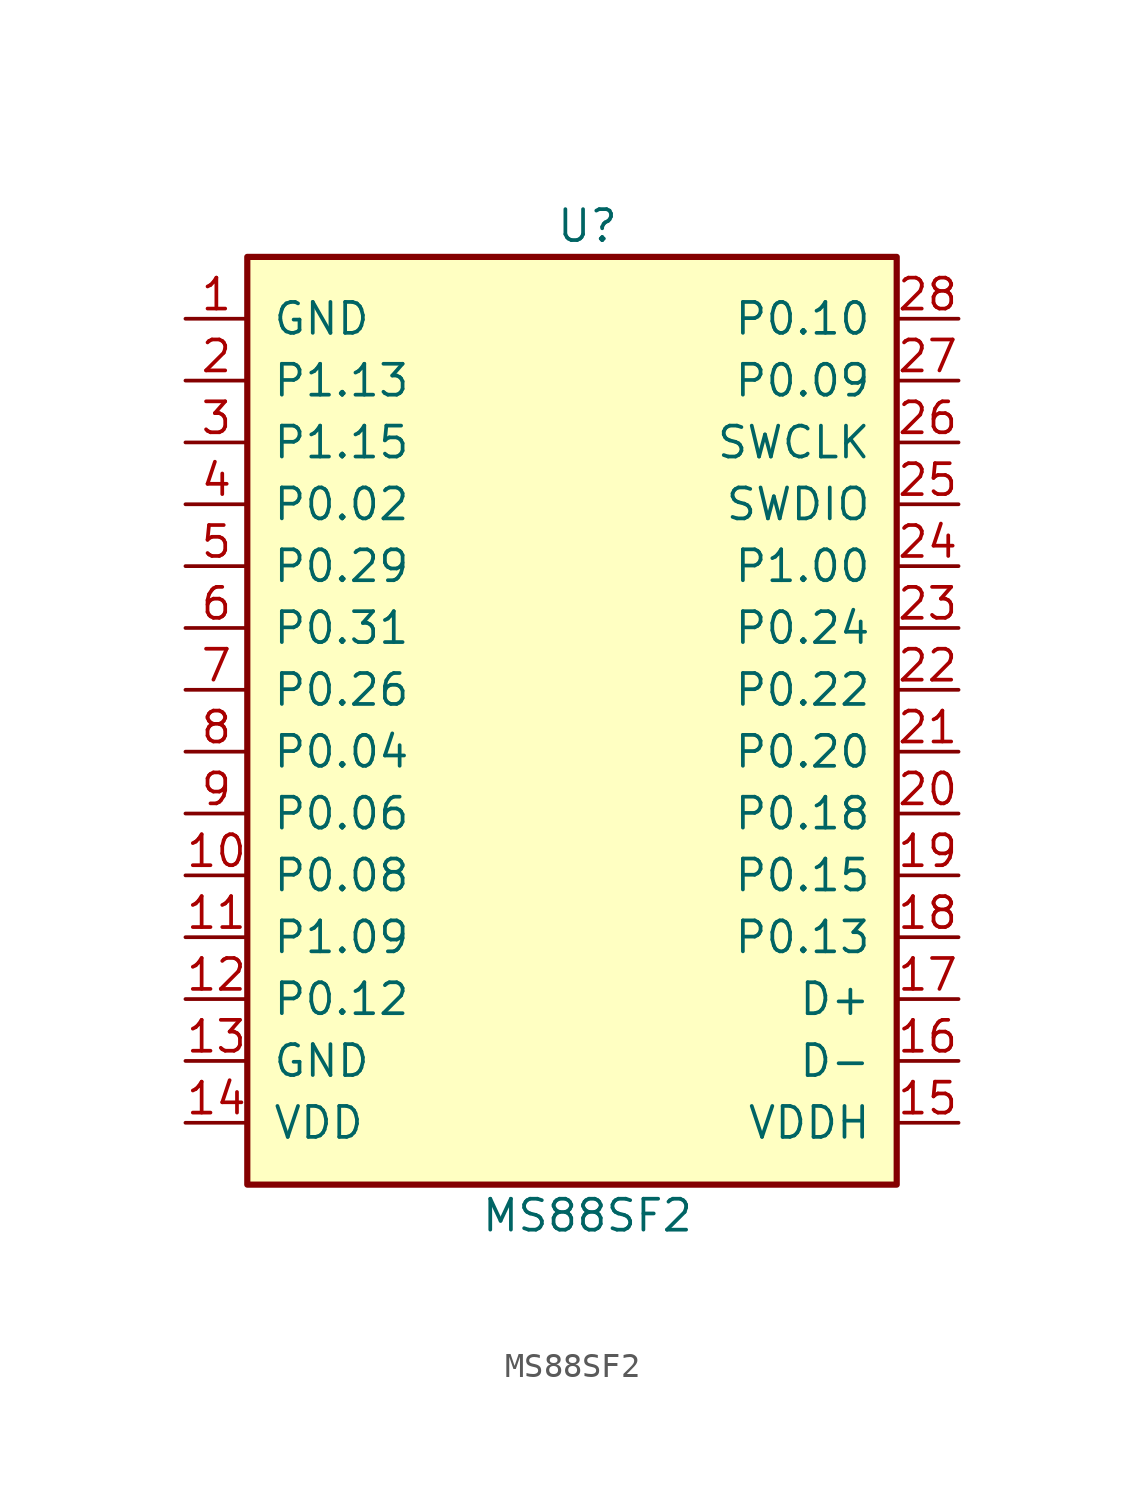
<source format=kicad_sym>
(kicad_symbol_lib
  (version 20210619)
  (generator kicad_symbol_editor)
  (symbol "MS88SF2"
    (pin_names
      (offset 1.016))
    (property "Reference" "U"
      (at 0 20.32 0)
      (effects (font (size 1.27 1.27))))
    (property "Value" "MS88SF2"
      (at 0 -20.32 0)
      (effects (font (size 1.27 1.27))))
    (symbol "MS88SF2_0_1"
      (rectangle (start -13.97 19.05) (end 12.7 -19.05) (stroke (width 0.254)) (fill (type background))))
    (symbol "MS88SF2_1_1"
      (pin power_in line (at -16.51 16.51 0) (length 2.54) (name "GND" (effects (font (size 1.27 1.27)))) (number "1" (effects (font (size 1.27 1.27)))))
      (pin bidirectional line (at -16.51 -6.35 0) (length 2.54) (name "P0.08" (effects (font (size 1.27 1.27)))) (number "10" (effects (font (size 1.27 1.27)))))
      (pin bidirectional line (at -16.51 -8.89 0) (length 2.54) (name "P1.09" (effects (font (size 1.27 1.27)))) (number "11" (effects (font (size 1.27 1.27)))))
      (pin bidirectional line (at -16.51 -11.43 0) (length 2.54) (name "P0.12" (effects (font (size 1.27 1.27)))) (number "12" (effects (font (size 1.27 1.27)))))
      (pin power_in line (at -16.51 -13.97 0) (length 2.54) (name "GND" (effects (font (size 1.27 1.27)))) (number "13" (effects (font (size 1.27 1.27)))))
      (pin power_in line (at -16.51 -16.51 0) (length 2.54) (name "VDD" (effects (font (size 1.27 1.27)))) (number "14" (effects (font (size 1.27 1.27)))))
      (pin power_in line (at 15.24 -16.51 180) (length 2.54) (name "VDDH" (effects (font (size 1.27 1.27)))) (number "15" (effects (font (size 1.27 1.27)))))
      (pin output line (at 15.24 -13.97 180) (length 2.54) (name "D-" (effects (font (size 1.27 1.27)))) (number "16" (effects (font (size 1.27 1.27)))))
      (pin output line (at 15.24 -11.43 180) (length 2.54) (name "D+" (effects (font (size 1.27 1.27)))) (number "17" (effects (font (size 1.27 1.27)))))
      (pin bidirectional line (at 15.24 -8.89 180) (length 2.54) (name "P0.13" (effects (font (size 1.27 1.27)))) (number "18" (effects (font (size 1.27 1.27)))))
      (pin bidirectional line (at 15.24 -6.35 180) (length 2.54) (name "P0.15" (effects (font (size 1.27 1.27)))) (number "19" (effects (font (size 1.27 1.27)))))
      (pin bidirectional line (at -16.51 13.97 0) (length 2.54) (name "P1.13" (effects (font (size 1.27 1.27)))) (number "2" (effects (font (size 1.27 1.27)))))
      (pin bidirectional line (at 15.24 -3.81 180) (length 2.54) (name "P0.18" (effects (font (size 1.27 1.27)))) (number "20" (effects (font (size 1.27 1.27)))))
      (pin bidirectional line (at 15.24 -1.27 180) (length 2.54) (name "P0.20" (effects (font (size 1.27 1.27)))) (number "21" (effects (font (size 1.27 1.27)))))
      (pin bidirectional line (at 15.24 1.27 180) (length 2.54) (name "P0.22" (effects (font (size 1.27 1.27)))) (number "22" (effects (font (size 1.27 1.27)))))
      (pin bidirectional line (at 15.24 3.81 180) (length 2.54) (name "P0.24" (effects (font (size 1.27 1.27)))) (number "23" (effects (font (size 1.27 1.27)))))
      (pin bidirectional line (at 15.24 6.35 180) (length 2.54) (name "P1.00" (effects (font (size 1.27 1.27)))) (number "24" (effects (font (size 1.27 1.27)))))
      (pin bidirectional line (at 15.24 8.89 180) (length 2.54) (name "SWDIO" (effects (font (size 1.27 1.27)))) (number "25" (effects (font (size 1.27 1.27)))))
      (pin input line (at 15.24 11.43 180) (length 2.54) (name "SWCLK" (effects (font (size 1.27 1.27)))) (number "26" (effects (font (size 1.27 1.27)))))
      (pin bidirectional line (at 15.24 13.97 180) (length 2.54) (name "P0.09" (effects (font (size 1.27 1.27)))) (number "27" (effects (font (size 1.27 1.27)))))
      (pin bidirectional line (at 15.24 16.51 180) (length 2.54) (name "P0.10" (effects (font (size 1.27 1.27)))) (number "28" (effects (font (size 1.27 1.27)))))
      (pin bidirectional line (at -16.51 11.43 0) (length 2.54) (name "P1.15" (effects (font (size 1.27 1.27)))) (number "3" (effects (font (size 1.27 1.27)))))
      (pin bidirectional line (at -16.51 8.89 0) (length 2.54) (name "P0.02" (effects (font (size 1.27 1.27)))) (number "4" (effects (font (size 1.27 1.27)))))
      (pin bidirectional line (at -16.51 6.35 0) (length 2.54) (name "P0.29" (effects (font (size 1.27 1.27)))) (number "5" (effects (font (size 1.27 1.27)))))
      (pin bidirectional line (at -16.51 3.81 0) (length 2.54) (name "P0.31" (effects (font (size 1.27 1.27)))) (number "6" (effects (font (size 1.27 1.27)))))
      (pin bidirectional line (at -16.51 1.27 0) (length 2.54) (name "P0.26" (effects (font (size 1.27 1.27)))) (number "7" (effects (font (size 1.27 1.27)))))
      (pin bidirectional line (at -16.51 -1.27 0) (length 2.54) (name "P0.04" (effects (font (size 1.27 1.27)))) (number "8" (effects (font (size 1.27 1.27)))))
      (pin bidirectional line (at -16.51 -3.81 0) (length 2.54) (name "P0.06" (effects (font (size 1.27 1.27)))) (number "9" (effects (font (size 1.27 1.27))))))))
</source>
